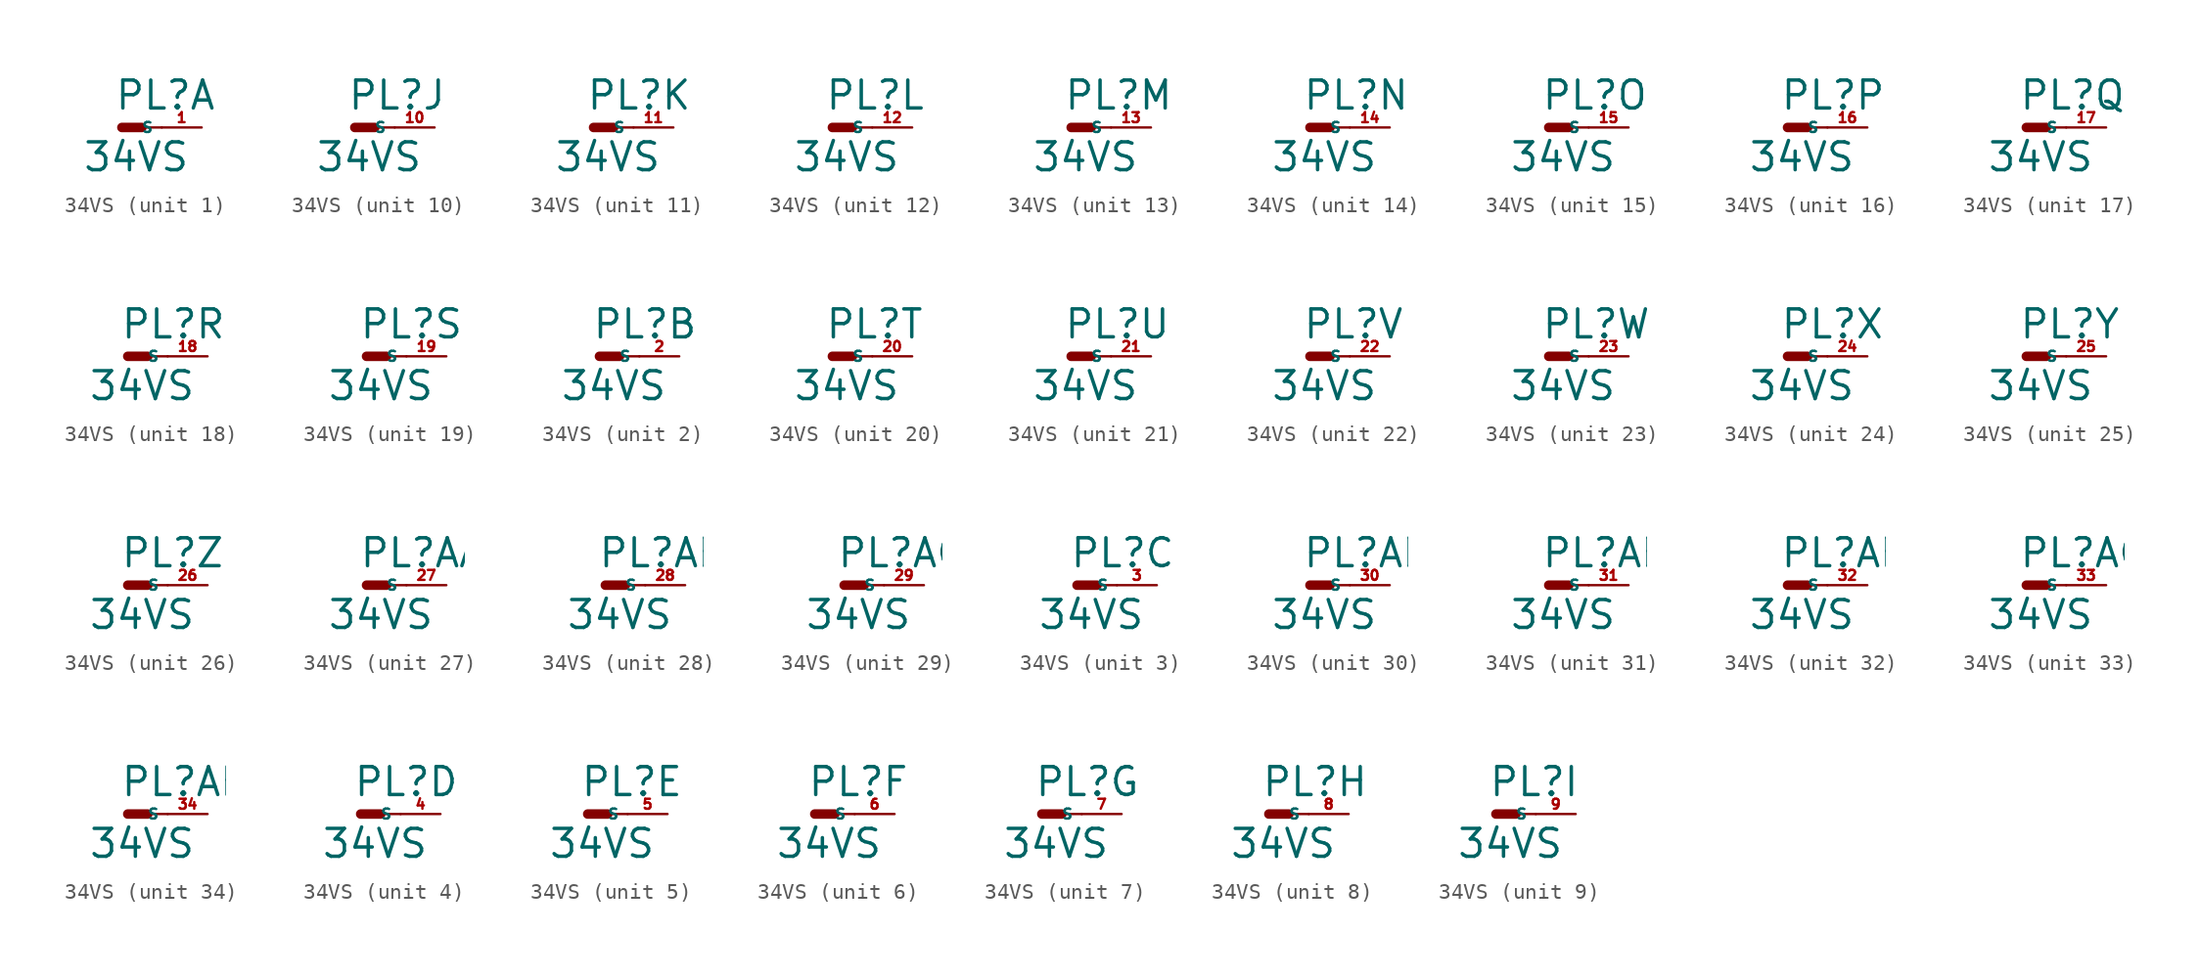
<source format=kicad_sym>
(kicad_symbol_lib
  (version 20220914)
  (generator Eagle2Kicad)
  (symbol "34VS"
    (property "Reference" "PL"
      (at -0.508 1.016 0)
      (effects (font (size 1.778 1.778) (thickness 0.22)) (justify left bottom)))
    (property "Value" "34VS"
      (at -2.54 -2.921 0)
      (effects (font (size 1.778 1.778) (thickness 0.22)) (justify left bottom)))
    (symbol "34VS_1_0"
      (polyline (pts (xy 0 0) (xy 1.27 0)) (stroke (width 0.61) (type default)) (fill (type none)))
      (polyline (pts (xy 2.54 0) (xy 1.27 0)) (stroke (width 0.152) (type default)) (fill (type none)))
      (pin passive line (at 5.08 0 180) (length 2.54) (name "S" (effects (font (size 0.635 0.635) (thickness 0.08)) (justify left bottom))) (number "1" (effects (font (size 0.635 0.635) (thickness 0.08)) (justify left bottom)))))
    (symbol "34VS_2_0"
      (polyline (pts (xy 0 0) (xy 1.27 0)) (stroke (width 0.61) (type default)) (fill (type none)))
      (polyline (pts (xy 2.54 0) (xy 1.27 0)) (stroke (width 0.152) (type default)) (fill (type none)))
      (pin passive line (at 5.08 0 180) (length 2.54) (name "S" (effects (font (size 0.635 0.635) (thickness 0.08)) (justify left bottom))) (number "2" (effects (font (size 0.635 0.635) (thickness 0.08)) (justify left bottom)))))
    (symbol "34VS_3_0"
      (polyline (pts (xy 0 0) (xy 1.27 0)) (stroke (width 0.61) (type default)) (fill (type none)))
      (polyline (pts (xy 2.54 0) (xy 1.27 0)) (stroke (width 0.152) (type default)) (fill (type none)))
      (pin passive line (at 5.08 0 180) (length 2.54) (name "S" (effects (font (size 0.635 0.635) (thickness 0.08)) (justify left bottom))) (number "3" (effects (font (size 0.635 0.635) (thickness 0.08)) (justify left bottom)))))
    (symbol "34VS_4_0"
      (polyline (pts (xy 0 0) (xy 1.27 0)) (stroke (width 0.61) (type default)) (fill (type none)))
      (polyline (pts (xy 2.54 0) (xy 1.27 0)) (stroke (width 0.152) (type default)) (fill (type none)))
      (pin passive line (at 5.08 0 180) (length 2.54) (name "S" (effects (font (size 0.635 0.635) (thickness 0.08)) (justify left bottom))) (number "4" (effects (font (size 0.635 0.635) (thickness 0.08)) (justify left bottom)))))
    (symbol "34VS_5_0"
      (polyline (pts (xy 0 0) (xy 1.27 0)) (stroke (width 0.61) (type default)) (fill (type none)))
      (polyline (pts (xy 2.54 0) (xy 1.27 0)) (stroke (width 0.152) (type default)) (fill (type none)))
      (pin passive line (at 5.08 0 180) (length 2.54) (name "S" (effects (font (size 0.635 0.635) (thickness 0.08)) (justify left bottom))) (number "5" (effects (font (size 0.635 0.635) (thickness 0.08)) (justify left bottom)))))
    (symbol "34VS_6_0"
      (polyline (pts (xy 0 0) (xy 1.27 0)) (stroke (width 0.61) (type default)) (fill (type none)))
      (polyline (pts (xy 2.54 0) (xy 1.27 0)) (stroke (width 0.152) (type default)) (fill (type none)))
      (pin passive line (at 5.08 0 180) (length 2.54) (name "S" (effects (font (size 0.635 0.635) (thickness 0.08)) (justify left bottom))) (number "6" (effects (font (size 0.635 0.635) (thickness 0.08)) (justify left bottom)))))
    (symbol "34VS_7_0"
      (polyline (pts (xy 0 0) (xy 1.27 0)) (stroke (width 0.61) (type default)) (fill (type none)))
      (polyline (pts (xy 2.54 0) (xy 1.27 0)) (stroke (width 0.152) (type default)) (fill (type none)))
      (pin passive line (at 5.08 0 180) (length 2.54) (name "S" (effects (font (size 0.635 0.635) (thickness 0.08)) (justify left bottom))) (number "7" (effects (font (size 0.635 0.635) (thickness 0.08)) (justify left bottom)))))
    (symbol "34VS_8_0"
      (polyline (pts (xy 0 0) (xy 1.27 0)) (stroke (width 0.61) (type default)) (fill (type none)))
      (polyline (pts (xy 2.54 0) (xy 1.27 0)) (stroke (width 0.152) (type default)) (fill (type none)))
      (pin passive line (at 5.08 0 180) (length 2.54) (name "S" (effects (font (size 0.635 0.635) (thickness 0.08)) (justify left bottom))) (number "8" (effects (font (size 0.635 0.635) (thickness 0.08)) (justify left bottom)))))
    (symbol "34VS_9_0"
      (polyline (pts (xy 0 0) (xy 1.27 0)) (stroke (width 0.61) (type default)) (fill (type none)))
      (polyline (pts (xy 2.54 0) (xy 1.27 0)) (stroke (width 0.152) (type default)) (fill (type none)))
      (pin passive line (at 5.08 0 180) (length 2.54) (name "S" (effects (font (size 0.635 0.635) (thickness 0.08)) (justify left bottom))) (number "9" (effects (font (size 0.635 0.635) (thickness 0.08)) (justify left bottom)))))
    (symbol "34VS_10_0"
      (polyline (pts (xy 0 0) (xy 1.27 0)) (stroke (width 0.61) (type default)) (fill (type none)))
      (polyline (pts (xy 2.54 0) (xy 1.27 0)) (stroke (width 0.152) (type default)) (fill (type none)))
      (pin passive line (at 5.08 0 180) (length 2.54) (name "S" (effects (font (size 0.635 0.635) (thickness 0.08)) (justify left bottom))) (number "10" (effects (font (size 0.635 0.635) (thickness 0.08)) (justify left bottom)))))
    (symbol "34VS_11_0"
      (polyline (pts (xy 0 0) (xy 1.27 0)) (stroke (width 0.61) (type default)) (fill (type none)))
      (polyline (pts (xy 2.54 0) (xy 1.27 0)) (stroke (width 0.152) (type default)) (fill (type none)))
      (pin passive line (at 5.08 0 180) (length 2.54) (name "S" (effects (font (size 0.635 0.635) (thickness 0.08)) (justify left bottom))) (number "11" (effects (font (size 0.635 0.635) (thickness 0.08)) (justify left bottom)))))
    (symbol "34VS_12_0"
      (polyline (pts (xy 0 0) (xy 1.27 0)) (stroke (width 0.61) (type default)) (fill (type none)))
      (polyline (pts (xy 2.54 0) (xy 1.27 0)) (stroke (width 0.152) (type default)) (fill (type none)))
      (pin passive line (at 5.08 0 180) (length 2.54) (name "S" (effects (font (size 0.635 0.635) (thickness 0.08)) (justify left bottom))) (number "12" (effects (font (size 0.635 0.635) (thickness 0.08)) (justify left bottom)))))
    (symbol "34VS_13_0"
      (polyline (pts (xy 0 0) (xy 1.27 0)) (stroke (width 0.61) (type default)) (fill (type none)))
      (polyline (pts (xy 2.54 0) (xy 1.27 0)) (stroke (width 0.152) (type default)) (fill (type none)))
      (pin passive line (at 5.08 0 180) (length 2.54) (name "S" (effects (font (size 0.635 0.635) (thickness 0.08)) (justify left bottom))) (number "13" (effects (font (size 0.635 0.635) (thickness 0.08)) (justify left bottom)))))
    (symbol "34VS_14_0"
      (polyline (pts (xy 0 0) (xy 1.27 0)) (stroke (width 0.61) (type default)) (fill (type none)))
      (polyline (pts (xy 2.54 0) (xy 1.27 0)) (stroke (width 0.152) (type default)) (fill (type none)))
      (pin passive line (at 5.08 0 180) (length 2.54) (name "S" (effects (font (size 0.635 0.635) (thickness 0.08)) (justify left bottom))) (number "14" (effects (font (size 0.635 0.635) (thickness 0.08)) (justify left bottom)))))
    (symbol "34VS_15_0"
      (polyline (pts (xy 0 0) (xy 1.27 0)) (stroke (width 0.61) (type default)) (fill (type none)))
      (polyline (pts (xy 2.54 0) (xy 1.27 0)) (stroke (width 0.152) (type default)) (fill (type none)))
      (pin passive line (at 5.08 0 180) (length 2.54) (name "S" (effects (font (size 0.635 0.635) (thickness 0.08)) (justify left bottom))) (number "15" (effects (font (size 0.635 0.635) (thickness 0.08)) (justify left bottom)))))
    (symbol "34VS_16_0"
      (polyline (pts (xy 0 0) (xy 1.27 0)) (stroke (width 0.61) (type default)) (fill (type none)))
      (polyline (pts (xy 2.54 0) (xy 1.27 0)) (stroke (width 0.152) (type default)) (fill (type none)))
      (pin passive line (at 5.08 0 180) (length 2.54) (name "S" (effects (font (size 0.635 0.635) (thickness 0.08)) (justify left bottom))) (number "16" (effects (font (size 0.635 0.635) (thickness 0.08)) (justify left bottom)))))
    (symbol "34VS_17_0"
      (polyline (pts (xy 0 0) (xy 1.27 0)) (stroke (width 0.61) (type default)) (fill (type none)))
      (polyline (pts (xy 2.54 0) (xy 1.27 0)) (stroke (width 0.152) (type default)) (fill (type none)))
      (pin passive line (at 5.08 0 180) (length 2.54) (name "S" (effects (font (size 0.635 0.635) (thickness 0.08)) (justify left bottom))) (number "17" (effects (font (size 0.635 0.635) (thickness 0.08)) (justify left bottom)))))
    (symbol "34VS_18_0"
      (polyline (pts (xy 0 0) (xy 1.27 0)) (stroke (width 0.61) (type default)) (fill (type none)))
      (polyline (pts (xy 2.54 0) (xy 1.27 0)) (stroke (width 0.152) (type default)) (fill (type none)))
      (pin passive line (at 5.08 0 180) (length 2.54) (name "S" (effects (font (size 0.635 0.635) (thickness 0.08)) (justify left bottom))) (number "18" (effects (font (size 0.635 0.635) (thickness 0.08)) (justify left bottom)))))
    (symbol "34VS_19_0"
      (polyline (pts (xy 0 0) (xy 1.27 0)) (stroke (width 0.61) (type default)) (fill (type none)))
      (polyline (pts (xy 2.54 0) (xy 1.27 0)) (stroke (width 0.152) (type default)) (fill (type none)))
      (pin passive line (at 5.08 0 180) (length 2.54) (name "S" (effects (font (size 0.635 0.635) (thickness 0.08)) (justify left bottom))) (number "19" (effects (font (size 0.635 0.635) (thickness 0.08)) (justify left bottom)))))
    (symbol "34VS_20_0"
      (polyline (pts (xy 0 0) (xy 1.27 0)) (stroke (width 0.61) (type default)) (fill (type none)))
      (polyline (pts (xy 2.54 0) (xy 1.27 0)) (stroke (width 0.152) (type default)) (fill (type none)))
      (pin passive line (at 5.08 0 180) (length 2.54) (name "S" (effects (font (size 0.635 0.635) (thickness 0.08)) (justify left bottom))) (number "20" (effects (font (size 0.635 0.635) (thickness 0.08)) (justify left bottom)))))
    (symbol "34VS_21_0"
      (polyline (pts (xy 0 0) (xy 1.27 0)) (stroke (width 0.61) (type default)) (fill (type none)))
      (polyline (pts (xy 2.54 0) (xy 1.27 0)) (stroke (width 0.152) (type default)) (fill (type none)))
      (pin passive line (at 5.08 0 180) (length 2.54) (name "S" (effects (font (size 0.635 0.635) (thickness 0.08)) (justify left bottom))) (number "21" (effects (font (size 0.635 0.635) (thickness 0.08)) (justify left bottom)))))
    (symbol "34VS_22_0"
      (polyline (pts (xy 0 0) (xy 1.27 0)) (stroke (width 0.61) (type default)) (fill (type none)))
      (polyline (pts (xy 2.54 0) (xy 1.27 0)) (stroke (width 0.152) (type default)) (fill (type none)))
      (pin passive line (at 5.08 0 180) (length 2.54) (name "S" (effects (font (size 0.635 0.635) (thickness 0.08)) (justify left bottom))) (number "22" (effects (font (size 0.635 0.635) (thickness 0.08)) (justify left bottom)))))
    (symbol "34VS_23_0"
      (polyline (pts (xy 0 0) (xy 1.27 0)) (stroke (width 0.61) (type default)) (fill (type none)))
      (polyline (pts (xy 2.54 0) (xy 1.27 0)) (stroke (width 0.152) (type default)) (fill (type none)))
      (pin passive line (at 5.08 0 180) (length 2.54) (name "S" (effects (font (size 0.635 0.635) (thickness 0.08)) (justify left bottom))) (number "23" (effects (font (size 0.635 0.635) (thickness 0.08)) (justify left bottom)))))
    (symbol "34VS_24_0"
      (polyline (pts (xy 0 0) (xy 1.27 0)) (stroke (width 0.61) (type default)) (fill (type none)))
      (polyline (pts (xy 2.54 0) (xy 1.27 0)) (stroke (width 0.152) (type default)) (fill (type none)))
      (pin passive line (at 5.08 0 180) (length 2.54) (name "S" (effects (font (size 0.635 0.635) (thickness 0.08)) (justify left bottom))) (number "24" (effects (font (size 0.635 0.635) (thickness 0.08)) (justify left bottom)))))
    (symbol "34VS_25_0"
      (polyline (pts (xy 0 0) (xy 1.27 0)) (stroke (width 0.61) (type default)) (fill (type none)))
      (polyline (pts (xy 2.54 0) (xy 1.27 0)) (stroke (width 0.152) (type default)) (fill (type none)))
      (pin passive line (at 5.08 0 180) (length 2.54) (name "S" (effects (font (size 0.635 0.635) (thickness 0.08)) (justify left bottom))) (number "25" (effects (font (size 0.635 0.635) (thickness 0.08)) (justify left bottom)))))
    (symbol "34VS_26_0"
      (polyline (pts (xy 0 0) (xy 1.27 0)) (stroke (width 0.61) (type default)) (fill (type none)))
      (polyline (pts (xy 2.54 0) (xy 1.27 0)) (stroke (width 0.152) (type default)) (fill (type none)))
      (pin passive line (at 5.08 0 180) (length 2.54) (name "S" (effects (font (size 0.635 0.635) (thickness 0.08)) (justify left bottom))) (number "26" (effects (font (size 0.635 0.635) (thickness 0.08)) (justify left bottom)))))
    (symbol "34VS_27_0"
      (polyline (pts (xy 0 0) (xy 1.27 0)) (stroke (width 0.61) (type default)) (fill (type none)))
      (polyline (pts (xy 2.54 0) (xy 1.27 0)) (stroke (width 0.152) (type default)) (fill (type none)))
      (pin passive line (at 5.08 0 180) (length 2.54) (name "S" (effects (font (size 0.635 0.635) (thickness 0.08)) (justify left bottom))) (number "27" (effects (font (size 0.635 0.635) (thickness 0.08)) (justify left bottom)))))
    (symbol "34VS_28_0"
      (polyline (pts (xy 0 0) (xy 1.27 0)) (stroke (width 0.61) (type default)) (fill (type none)))
      (polyline (pts (xy 2.54 0) (xy 1.27 0)) (stroke (width 0.152) (type default)) (fill (type none)))
      (pin passive line (at 5.08 0 180) (length 2.54) (name "S" (effects (font (size 0.635 0.635) (thickness 0.08)) (justify left bottom))) (number "28" (effects (font (size 0.635 0.635) (thickness 0.08)) (justify left bottom)))))
    (symbol "34VS_29_0"
      (polyline (pts (xy 0 0) (xy 1.27 0)) (stroke (width 0.61) (type default)) (fill (type none)))
      (polyline (pts (xy 2.54 0) (xy 1.27 0)) (stroke (width 0.152) (type default)) (fill (type none)))
      (pin passive line (at 5.08 0 180) (length 2.54) (name "S" (effects (font (size 0.635 0.635) (thickness 0.08)) (justify left bottom))) (number "29" (effects (font (size 0.635 0.635) (thickness 0.08)) (justify left bottom)))))
    (symbol "34VS_30_0"
      (polyline (pts (xy 0 0) (xy 1.27 0)) (stroke (width 0.61) (type default)) (fill (type none)))
      (polyline (pts (xy 2.54 0) (xy 1.27 0)) (stroke (width 0.152) (type default)) (fill (type none)))
      (pin passive line (at 5.08 0 180) (length 2.54) (name "S" (effects (font (size 0.635 0.635) (thickness 0.08)) (justify left bottom))) (number "30" (effects (font (size 0.635 0.635) (thickness 0.08)) (justify left bottom)))))
    (symbol "34VS_31_0"
      (polyline (pts (xy 0 0) (xy 1.27 0)) (stroke (width 0.61) (type default)) (fill (type none)))
      (polyline (pts (xy 2.54 0) (xy 1.27 0)) (stroke (width 0.152) (type default)) (fill (type none)))
      (pin passive line (at 5.08 0 180) (length 2.54) (name "S" (effects (font (size 0.635 0.635) (thickness 0.08)) (justify left bottom))) (number "31" (effects (font (size 0.635 0.635) (thickness 0.08)) (justify left bottom)))))
    (symbol "34VS_32_0"
      (polyline (pts (xy 0 0) (xy 1.27 0)) (stroke (width 0.61) (type default)) (fill (type none)))
      (polyline (pts (xy 2.54 0) (xy 1.27 0)) (stroke (width 0.152) (type default)) (fill (type none)))
      (pin passive line (at 5.08 0 180) (length 2.54) (name "S" (effects (font (size 0.635 0.635) (thickness 0.08)) (justify left bottom))) (number "32" (effects (font (size 0.635 0.635) (thickness 0.08)) (justify left bottom)))))
    (symbol "34VS_33_0"
      (polyline (pts (xy 0 0) (xy 1.27 0)) (stroke (width 0.61) (type default)) (fill (type none)))
      (polyline (pts (xy 2.54 0) (xy 1.27 0)) (stroke (width 0.152) (type default)) (fill (type none)))
      (pin passive line (at 5.08 0 180) (length 2.54) (name "S" (effects (font (size 0.635 0.635) (thickness 0.08)) (justify left bottom))) (number "33" (effects (font (size 0.635 0.635) (thickness 0.08)) (justify left bottom)))))
    (symbol "34VS_34_0"
      (polyline (pts (xy 0 0) (xy 1.27 0)) (stroke (width 0.61) (type default)) (fill (type none)))
      (polyline (pts (xy 2.54 0) (xy 1.27 0)) (stroke (width 0.152) (type default)) (fill (type none)))
      (pin passive line (at 5.08 0 180) (length 2.54) (name "S" (effects (font (size 0.635 0.635) (thickness 0.08)) (justify left bottom))) (number "34" (effects (font (size 0.635 0.635) (thickness 0.08)) (justify left bottom)))))))
</source>
